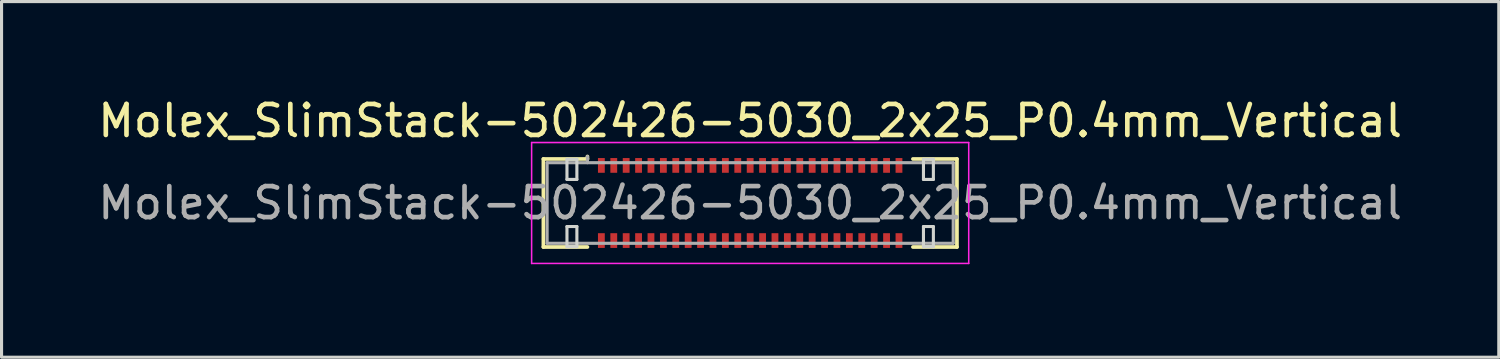
<source format=kicad_pcb>
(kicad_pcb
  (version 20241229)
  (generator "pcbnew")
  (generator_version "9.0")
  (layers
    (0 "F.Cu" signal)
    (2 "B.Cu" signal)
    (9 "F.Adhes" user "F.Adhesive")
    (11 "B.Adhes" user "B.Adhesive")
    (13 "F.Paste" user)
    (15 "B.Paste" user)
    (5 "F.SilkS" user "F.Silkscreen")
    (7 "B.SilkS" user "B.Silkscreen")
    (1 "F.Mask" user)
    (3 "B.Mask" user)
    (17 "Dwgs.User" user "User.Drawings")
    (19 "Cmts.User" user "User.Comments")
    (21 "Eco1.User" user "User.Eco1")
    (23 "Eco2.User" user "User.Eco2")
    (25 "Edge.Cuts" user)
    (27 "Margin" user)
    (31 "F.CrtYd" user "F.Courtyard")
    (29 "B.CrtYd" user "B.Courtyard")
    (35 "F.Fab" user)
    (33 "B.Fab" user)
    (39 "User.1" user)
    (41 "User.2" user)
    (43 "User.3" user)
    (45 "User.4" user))
  (footprint "Molex_SlimStack-502426-5030_2x25_P0.4mm_Vertical"
    (layer "F.Cu")
    (at 21.149 3.498)
    (property "Reference" "Molex_SlimStack-502426-5030_2x25_P0.4mm_Vertical" (at 0 -2.65 0) (layer "F.SilkS") (effects (font (size 1 1) (thickness 0.15))))
    (attr smd)
    (fp_line (start -6.67 -1.42) (end -5.25 -1.42) (stroke (width 0.12) (type solid)) (layer "F.SilkS"))
    (fp_line (start -6.67 1.42) (end -6.67 -1.42) (stroke (width 0.12) (type solid)) (layer "F.SilkS"))
    (fp_line (start -5.25 -1.42) (end -5.25 -1.5) (stroke (width 0.12) (type solid)) (layer "F.SilkS"))
    (fp_line (start -5.25 1.42) (end -6.67 1.42) (stroke (width 0.12) (type solid)) (layer "F.SilkS"))
    (fp_line (start 5.25 1.42) (end 6.67 1.42) (stroke (width 0.12) (type solid)) (layer "F.SilkS"))
    (fp_line (start 6.67 -1.42) (end 5.25 -1.42) (stroke (width 0.12) (type solid)) (layer "F.SilkS"))
    (fp_line (start 6.67 1.42) (end 6.67 -1.42) (stroke (width 0.12) (type solid)) (layer "F.SilkS"))
    (fp_line (start -5.91 -1.41) (end -5.91 -0.76) (stroke (width 0.1) (type solid)) (layer "Edge.Cuts"))
    (fp_line (start -5.91 -0.76) (end -5.59 -0.76) (stroke (width 0.1) (type solid)) (layer "Edge.Cuts"))
    (fp_line (start -5.91 0.76) (end -5.91 1.41) (stroke (width 0.1) (type solid)) (layer "Edge.Cuts"))
    (fp_line (start -5.91 1.41) (end -5.59 1.41) (stroke (width 0.1) (type solid)) (layer "Edge.Cuts"))
    (fp_line (start -5.59 -1.41) (end -5.91 -1.41) (stroke (width 0.1) (type solid)) (layer "Edge.Cuts"))
    (fp_line (start -5.59 -0.76) (end -5.59 -1.41) (stroke (width 0.1) (type solid)) (layer "Edge.Cuts"))
    (fp_line (start -5.59 0.76) (end -5.91 0.76) (stroke (width 0.1) (type solid)) (layer "Edge.Cuts"))
    (fp_line (start -5.59 1.41) (end -5.59 0.76) (stroke (width 0.1) (type solid)) (layer "Edge.Cuts"))
    (fp_line (start 5.59 -1.41) (end 5.59 -0.76) (stroke (width 0.1) (type solid)) (layer "Edge.Cuts"))
    (fp_line (start 5.59 -0.76) (end 5.91 -0.76) (stroke (width 0.1) (type solid)) (layer "Edge.Cuts"))
    (fp_line (start 5.59 0.76) (end 5.59 1.41) (stroke (width 0.1) (type solid)) (layer "Edge.Cuts"))
    (fp_line (start 5.59 1.41) (end 5.91 1.41) (stroke (width 0.1) (type solid)) (layer "Edge.Cuts"))
    (fp_line (start 5.91 -1.41) (end 5.59 -1.41) (stroke (width 0.1) (type solid)) (layer "Edge.Cuts"))
    (fp_line (start 5.91 -0.76) (end 5.91 -1.41) (stroke (width 0.1) (type solid)) (layer "Edge.Cuts"))
    (fp_line (start 5.91 0.76) (end 5.59 0.76) (stroke (width 0.1) (type solid)) (layer "Edge.Cuts"))
    (fp_line (start 5.91 1.41) (end 5.91 0.76) (stroke (width 0.1) (type solid)) (layer "Edge.Cuts"))
    (fp_line (start -7.05 -1.95) (end -7.05 1.95) (stroke (width 0.05) (type solid)) (layer "F.CrtYd"))
    (fp_line (start -7.05 1.95) (end 7.05 1.95) (stroke (width 0.05) (type solid)) (layer "F.CrtYd"))
    (fp_line (start 7.05 -1.95) (end -7.05 -1.95) (stroke (width 0.05) (type solid)) (layer "F.CrtYd"))
    (fp_line (start 7.05 1.95) (end 7.05 -1.95) (stroke (width 0.05) (type solid)) (layer "F.CrtYd"))
    (fp_line (start -6.55 -1.3) (end -6.55 1.3) (stroke (width 0.1) (type solid)) (layer "F.Fab"))
    (fp_line (start -6.55 1.3) (end 6.55 1.3) (stroke (width 0.1) (type solid)) (layer "F.Fab"))
    (fp_line (start -5.25 -1.3) (end -5.25 -1.5) (stroke (width 0.1) (type solid)) (layer "F.Fab"))
    (fp_line (start 6.55 -1.3) (end -6.55 -1.3) (stroke (width 0.1) (type solid)) (layer "F.Fab"))
    (fp_line (start 6.55 1.3) (end 6.55 -1.3) (stroke (width 0.1) (type solid)) (layer "F.Fab"))
    (fp_text user "${REFERENCE}" (at 0 0 0) (layer "F.Fab") (effects (font (size 1 1) (thickness 0.15))))
    (pad "1" smd rect (at 4.8 -1.212) (size 0.22 0.475) (layers "F.Cu" "F.Mask" "F.Paste"))
    (pad "2" smd rect (at 4.8 1.212) (size 0.22 0.475) (layers "F.Cu" "F.Mask" "F.Paste"))
    (pad "3" smd rect (at 4.4 -1.212) (size 0.22 0.475) (layers "F.Cu" "F.Mask" "F.Paste"))
    (pad "4" smd rect (at 4.4 1.212) (size 0.22 0.475) (layers "F.Cu" "F.Mask" "F.Paste"))
    (pad "5" smd rect (at 4 -1.212) (size 0.22 0.475) (layers "F.Cu" "F.Mask" "F.Paste"))
    (pad "6" smd rect (at 4 1.212) (size 0.22 0.475) (layers "F.Cu" "F.Mask" "F.Paste"))
    (pad "7" smd rect (at 3.6 -1.212) (size 0.22 0.475) (layers "F.Cu" "F.Mask" "F.Paste"))
    (pad "8" smd rect (at 3.6 1.212) (size 0.22 0.475) (layers "F.Cu" "F.Mask" "F.Paste"))
    (pad "9" smd rect (at 3.2 -1.212) (size 0.22 0.475) (layers "F.Cu" "F.Mask" "F.Paste"))
    (pad "10" smd rect (at 3.2 1.212) (size 0.22 0.475) (layers "F.Cu" "F.Mask" "F.Paste"))
    (pad "11" smd rect (at 2.8 -1.212) (size 0.22 0.475) (layers "F.Cu" "F.Mask" "F.Paste"))
    (pad "12" smd rect (at 2.8 1.212) (size 0.22 0.475) (layers "F.Cu" "F.Mask" "F.Paste"))
    (pad "13" smd rect (at 2.4 -1.212) (size 0.22 0.475) (layers "F.Cu" "F.Mask" "F.Paste"))
    (pad "14" smd rect (at 2.4 1.212) (size 0.22 0.475) (layers "F.Cu" "F.Mask" "F.Paste"))
    (pad "15" smd rect (at 2 -1.212) (size 0.22 0.475) (layers "F.Cu" "F.Mask" "F.Paste"))
    (pad "16" smd rect (at 2 1.212) (size 0.22 0.475) (layers "F.Cu" "F.Mask" "F.Paste"))
    (pad "17" smd rect (at 1.6 -1.212) (size 0.22 0.475) (layers "F.Cu" "F.Mask" "F.Paste"))
    (pad "18" smd rect (at 1.6 1.212) (size 0.22 0.475) (layers "F.Cu" "F.Mask" "F.Paste"))
    (pad "19" smd rect (at 1.2 -1.212) (size 0.22 0.475) (layers "F.Cu" "F.Mask" "F.Paste"))
    (pad "20" smd rect (at 1.2 1.212) (size 0.22 0.475) (layers "F.Cu" "F.Mask" "F.Paste"))
    (pad "21" smd rect (at 0.8 -1.212) (size 0.22 0.475) (layers "F.Cu" "F.Mask" "F.Paste"))
    (pad "22" smd rect (at 0.8 1.212) (size 0.22 0.475) (layers "F.Cu" "F.Mask" "F.Paste"))
    (pad "23" smd rect (at 0.4 -1.212) (size 0.22 0.475) (layers "F.Cu" "F.Mask" "F.Paste"))
    (pad "24" smd rect (at 0.4 1.212) (size 0.22 0.475) (layers "F.Cu" "F.Mask" "F.Paste"))
    (pad "25" smd rect (at 0 -1.212) (size 0.22 0.475) (layers "F.Cu" "F.Mask" "F.Paste"))
    (pad "26" smd rect (at 0 1.212) (size 0.22 0.475) (layers "F.Cu" "F.Mask" "F.Paste"))
    (pad "27" smd rect (at -0.4 -1.212) (size 0.22 0.475) (layers "F.Cu" "F.Mask" "F.Paste"))
    (pad "28" smd rect (at -0.4 1.212) (size 0.22 0.475) (layers "F.Cu" "F.Mask" "F.Paste"))
    (pad "29" smd rect (at -0.8 -1.212) (size 0.22 0.475) (layers "F.Cu" "F.Mask" "F.Paste"))
    (pad "30" smd rect (at -0.8 1.212) (size 0.22 0.475) (layers "F.Cu" "F.Mask" "F.Paste"))
    (pad "31" smd rect (at -1.2 -1.212) (size 0.22 0.475) (layers "F.Cu" "F.Mask" "F.Paste"))
    (pad "32" smd rect (at -1.2 1.212) (size 0.22 0.475) (layers "F.Cu" "F.Mask" "F.Paste"))
    (pad "33" smd rect (at -1.6 -1.212) (size 0.22 0.475) (layers "F.Cu" "F.Mask" "F.Paste"))
    (pad "34" smd rect (at -1.6 1.212) (size 0.22 0.475) (layers "F.Cu" "F.Mask" "F.Paste"))
    (pad "35" smd rect (at -2 -1.212) (size 0.22 0.475) (layers "F.Cu" "F.Mask" "F.Paste"))
    (pad "36" smd rect (at -2 1.212) (size 0.22 0.475) (layers "F.Cu" "F.Mask" "F.Paste"))
    (pad "37" smd rect (at -2.4 -1.212) (size 0.22 0.475) (layers "F.Cu" "F.Mask" "F.Paste"))
    (pad "38" smd rect (at -2.4 1.212) (size 0.22 0.475) (layers "F.Cu" "F.Mask" "F.Paste"))
    (pad "39" smd rect (at -2.8 -1.212) (size 0.22 0.475) (layers "F.Cu" "F.Mask" "F.Paste"))
    (pad "40" smd rect (at -2.8 1.212) (size 0.22 0.475) (layers "F.Cu" "F.Mask" "F.Paste"))
    (pad "41" smd rect (at -3.2 -1.212) (size 0.22 0.475) (layers "F.Cu" "F.Mask" "F.Paste"))
    (pad "42" smd rect (at -3.2 1.212) (size 0.22 0.475) (layers "F.Cu" "F.Mask" "F.Paste"))
    (pad "43" smd rect (at -3.6 -1.212) (size 0.22 0.475) (layers "F.Cu" "F.Mask" "F.Paste"))
    (pad "44" smd rect (at -3.6 1.212) (size 0.22 0.475) (layers "F.Cu" "F.Mask" "F.Paste"))
    (pad "45" smd rect (at -4 -1.212) (size 0.22 0.475) (layers "F.Cu" "F.Mask" "F.Paste"))
    (pad "46" smd rect (at -4 1.212) (size 0.22 0.475) (layers "F.Cu" "F.Mask" "F.Paste"))
    (pad "47" smd rect (at -4.4 -1.212) (size 0.22 0.475) (layers "F.Cu" "F.Mask" "F.Paste"))
    (pad "48" smd rect (at -4.4 1.212) (size 0.22 0.475) (layers "F.Cu" "F.Mask" "F.Paste"))
    (pad "49" smd rect (at -4.8 -1.212) (size 0.22 0.475) (layers "F.Cu" "F.Mask" "F.Paste"))
    (pad "50" smd rect (at -4.8 1.212) (size 0.22 0.475) (layers "F.Cu" "F.Mask" "F.Paste")))
  (gr_rect
    (start -3 -3)
    (end 45.298 8.473)
    (stroke (width 0.1) (type default))
    (fill no)
    (layer "Edge.Cuts")))
</source>
